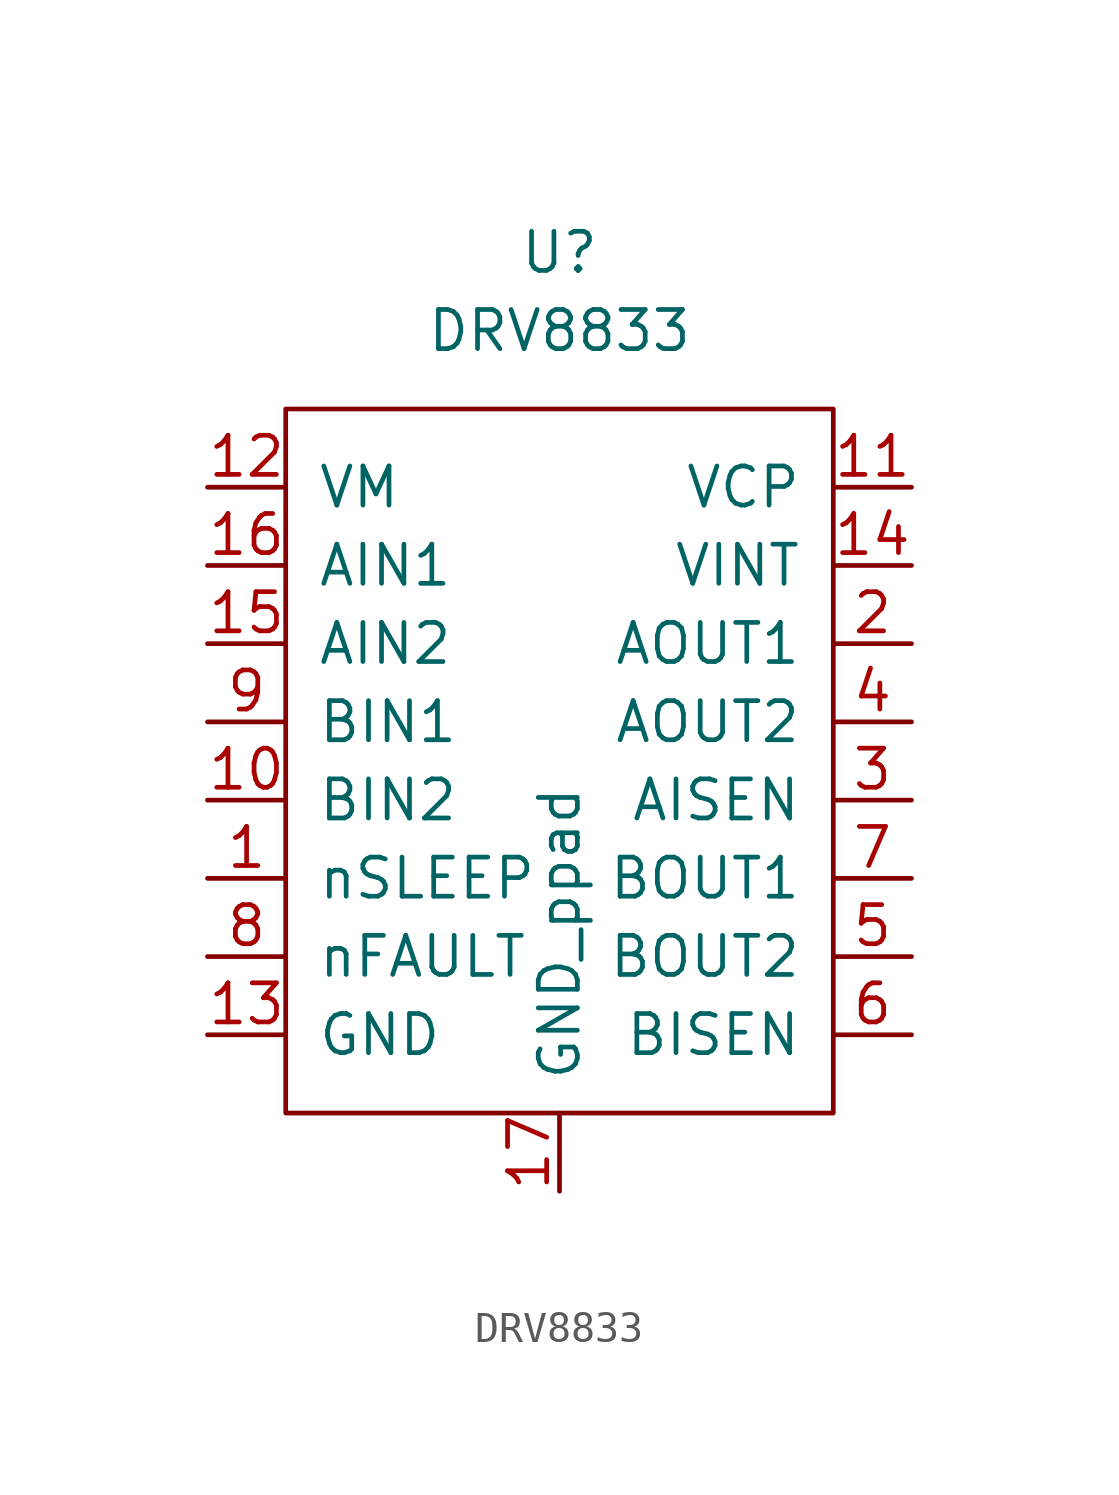
<source format=kicad_sym>
(kicad_symbol_lib
  (version 20211014)
  (generator kicad_symbol_editor)
  (symbol "DRV8833"
    (pin_names
      (offset 1.016))
    (property "Reference" "U"
      (at 0 16.51 0)
      (effects (font (size 1.27 1.27))))
    (property "Value" "DRV8833"
      (at 0 13.97 0)
      (effects (font (size 1.27 1.27))))
    (symbol "DRV8833_0_1"
      (rectangle (start -8.89 11.43) (end 8.89 -11.43) (stroke (width 0) (type default) (color 0 0 0 0)) (fill (type none))))
    (symbol "DRV8833_1_1"
      (pin input line (at -11.43 -3.81 0) (length 2.54) (name "nSLEEP" (effects (font (size 1.27 1.27)))) (number "1" (effects (font (size 1.27 1.27)))))
      (pin input line (at -11.43 -1.27 0) (length 2.54) (name "BIN2" (effects (font (size 1.27 1.27)))) (number "10" (effects (font (size 1.27 1.27)))))
      (pin power_in line (at 11.43 8.89 180) (length 2.54) (name "VCP" (effects (font (size 1.27 1.27)))) (number "11" (effects (font (size 1.27 1.27)))))
      (pin power_in line (at -11.43 8.89 0) (length 2.54) (name "VM" (effects (font (size 1.27 1.27)))) (number "12" (effects (font (size 1.27 1.27)))))
      (pin power_in line (at -11.43 -8.89 0) (length 2.54) (name "GND" (effects (font (size 1.27 1.27)))) (number "13" (effects (font (size 1.27 1.27)))))
      (pin power_in line (at 11.43 6.35 180) (length 2.54) (name "VINT" (effects (font (size 1.27 1.27)))) (number "14" (effects (font (size 1.27 1.27)))))
      (pin input line (at -11.43 3.81 0) (length 2.54) (name "AIN2" (effects (font (size 1.27 1.27)))) (number "15" (effects (font (size 1.27 1.27)))))
      (pin input line (at -11.43 6.35 0) (length 2.54) (name "AIN1" (effects (font (size 1.27 1.27)))) (number "16" (effects (font (size 1.27 1.27)))))
      (pin input line (at 0 -13.97 90) (length 2.54) (name "GND_ppad" (effects (font (size 1.27 1.27)))) (number "17" (effects (font (size 1.27 1.27)))))
      (pin output line (at 11.43 3.81 180) (length 2.54) (name "AOUT1" (effects (font (size 1.27 1.27)))) (number "2" (effects (font (size 1.27 1.27)))))
      (pin input line (at 11.43 -1.27 180) (length 2.54) (name "AISEN" (effects (font (size 1.27 1.27)))) (number "3" (effects (font (size 1.27 1.27)))))
      (pin output line (at 11.43 1.27 180) (length 2.54) (name "AOUT2" (effects (font (size 1.27 1.27)))) (number "4" (effects (font (size 1.27 1.27)))))
      (pin output line (at 11.43 -6.35 180) (length 2.54) (name "BOUT2" (effects (font (size 1.27 1.27)))) (number "5" (effects (font (size 1.27 1.27)))))
      (pin input line (at 11.43 -8.89 180) (length 2.54) (name "BISEN" (effects (font (size 1.27 1.27)))) (number "6" (effects (font (size 1.27 1.27)))))
      (pin output line (at 11.43 -3.81 180) (length 2.54) (name "BOUT1" (effects (font (size 1.27 1.27)))) (number "7" (effects (font (size 1.27 1.27)))))
      (pin input line (at -11.43 -6.35 0) (length 2.54) (name "nFAULT" (effects (font (size 1.27 1.27)))) (number "8" (effects (font (size 1.27 1.27)))))
      (pin input line (at -11.43 1.27 0) (length 2.54) (name "BIN1" (effects (font (size 1.27 1.27)))) (number "9" (effects (font (size 1.27 1.27))))))))
</source>
